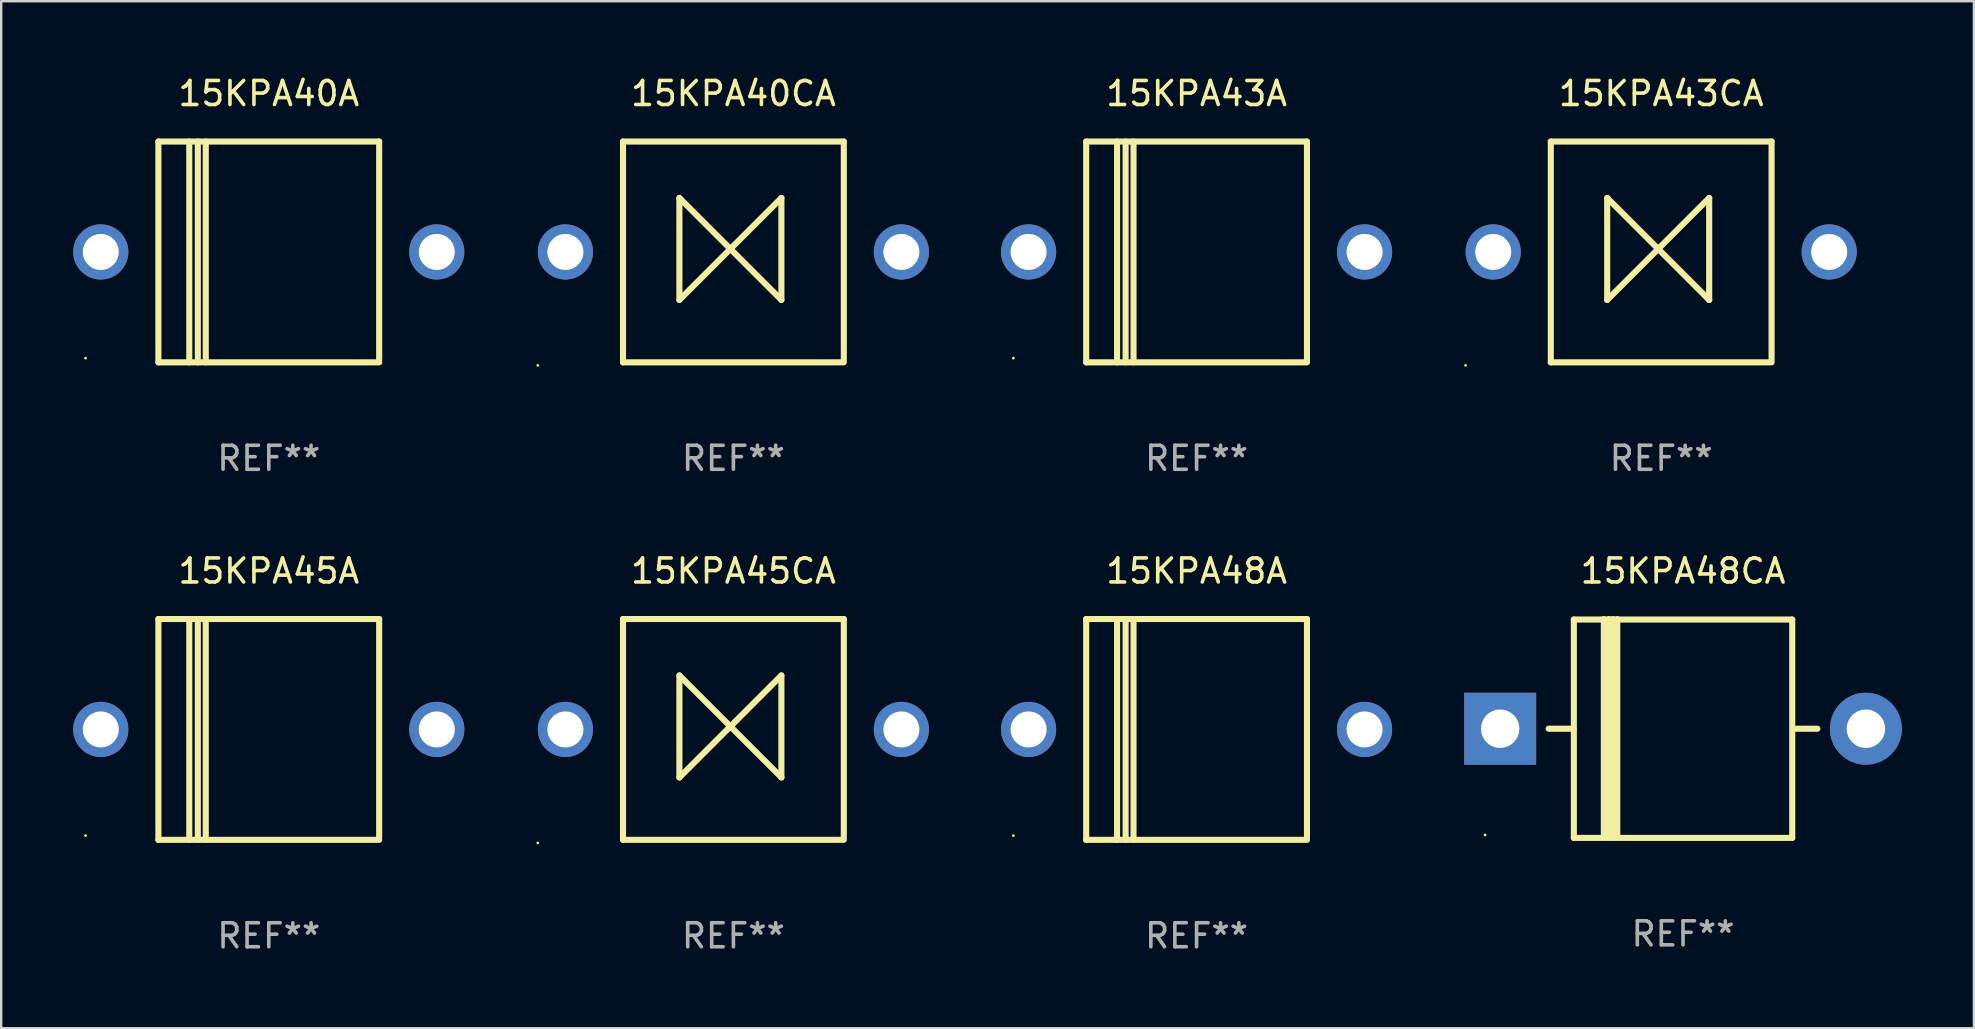
<source format=kicad_pcb>
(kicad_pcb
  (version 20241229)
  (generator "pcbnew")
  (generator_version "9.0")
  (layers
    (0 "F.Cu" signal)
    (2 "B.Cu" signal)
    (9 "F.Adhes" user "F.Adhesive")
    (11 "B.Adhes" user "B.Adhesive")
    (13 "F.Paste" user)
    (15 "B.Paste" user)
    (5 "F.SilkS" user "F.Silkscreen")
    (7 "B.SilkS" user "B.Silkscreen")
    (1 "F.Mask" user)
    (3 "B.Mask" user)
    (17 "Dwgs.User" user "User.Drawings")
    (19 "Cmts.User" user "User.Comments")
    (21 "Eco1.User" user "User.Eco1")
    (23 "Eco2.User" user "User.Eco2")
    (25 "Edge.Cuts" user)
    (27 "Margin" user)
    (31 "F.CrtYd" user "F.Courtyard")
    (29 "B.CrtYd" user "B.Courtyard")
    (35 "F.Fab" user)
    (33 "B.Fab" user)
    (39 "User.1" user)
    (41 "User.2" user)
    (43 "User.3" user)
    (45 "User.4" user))
  (footprint "15KPA48CA"
    (layer "F.Cu")
    (at 67.08 27.305)
    (property "Reference" "15KPA48CA" (at 0 -6.56 0) (layer "F.SilkS") (effects (font (size 1 1) (thickness 0.15))))
    (attr through_hole)
    (fp_line (start -5.6 0.01) (end -4.55 0.01) (stroke (width 0.254) (type solid)) (layer "F.SilkS"))
    (fp_line (start -4.55 -4.54) (end -4.55 4.56) (stroke (width 0.254) (type solid)) (layer "F.SilkS"))
    (fp_line (start -4.55 -4.54) (end 4.55 -4.54) (stroke (width 0.254) (type solid)) (layer "F.SilkS"))
    (fp_line (start -3.3 4.54) (end -3.3 -4.56) (stroke (width 0.254) (type solid)) (layer "F.SilkS"))
    (fp_line (start -3.09 4.54) (end -3.09 -4.56) (stroke (width 0.254) (type solid)) (layer "F.SilkS"))
    (fp_line (start -2.919 4.541) (end -2.919 -4.559) (stroke (width 0.254) (type solid)) (layer "F.SilkS"))
    (fp_line (start -2.74 4.54) (end -2.74 -4.56) (stroke (width 0.254) (type solid)) (layer "F.SilkS"))
    (fp_line (start 4.55 4.56) (end 4.55 -4.54) (stroke (width 0.254) (type solid)) (layer "F.SilkS"))
    (fp_line (start 4.55 4.56) (end -4.55 4.56) (stroke (width 0.254) (type solid)) (layer "F.SilkS"))
    (fp_line (start 4.58 0.01) (end 5.6 0.01) (stroke (width 0.254) (type solid)) (layer "F.SilkS"))
    (fp_circle (center -8.248 4.435) (end -8.218 4.435) (stroke (width 0.06) (type solid)) (fill no) (layer "F.SilkS"))
    (fp_text user "REF**" (at 0 8.56 0) (layer "F.Fab") (effects (font (size 1 1) (thickness 0.15))))
    (pad "1" thru_hole rect (at -7.62 0.01 180) (size 3 3) (drill 1.6) (layers "*.Cu" "*.Mask"))
    (pad "2" thru_hole circle (at 7.62 0.01) (size 3 3) (drill 1.6) (layers "*.Cu" "*.Mask")))
  (footprint "15KPA43CA"
    (layer "F.Cu")
    (at 66.17 7.448)
    (property "Reference" "15KPA43CA" (at 0 -6.6 0) (layer "F.SilkS") (effects (font (size 1 1) (thickness 0.15))))
    (attr through_hole)
    (fp_line (start -4.6 -4.6) (end -4.6 4.6) (stroke (width 0.254) (type solid)) (layer "F.SilkS"))
    (fp_line (start -4.6 -4.6) (end 4.6 -4.6) (stroke (width 0.254) (type solid)) (layer "F.SilkS"))
    (fp_line (start -4.6 4.6) (end 4.6 4.6) (stroke (width 0.254) (type solid)) (layer "F.SilkS"))
    (fp_line (start -2.25 -2.25) (end -2.25 2) (stroke (width 0.254) (type solid)) (layer "F.SilkS"))
    (fp_line (start -2.25 2) (end 2 -2.25) (stroke (width 0.254) (type solid)) (layer "F.SilkS"))
    (fp_line (start 2 -2.25) (end 2 2) (stroke (width 0.254) (type solid)) (layer "F.SilkS"))
    (fp_line (start 2 2) (end -2.25 -2.25) (stroke (width 0.254) (type solid)) (layer "F.SilkS"))
    (fp_line (start 4.6 -4.6) (end 4.6 4.5) (stroke (width 0.254) (type solid)) (layer "F.SilkS"))
    (fp_circle (center -8.15 4.727) (end -8.12 4.727) (stroke (width 0.06) (type solid)) (fill no) (layer "F.SilkS"))
    (fp_text user "REF**" (at 0 8.6 0) (layer "F.Fab") (effects (font (size 1 1) (thickness 0.15))))
    (pad "1" thru_hole circle (at -7 0) (size 2.3 2.3) (drill 1.5) (layers "*.Cu" "*.Mask"))
    (pad "2" thru_hole circle (at 7 0) (size 2.3 2.3) (drill 1.5) (layers "*.Cu" "*.Mask")))
  (footprint "15KPA40A"
    (layer "F.Cu")
    (at 8.15 7.448)
    (property "Reference" "15KPA40A" (at 0 -6.6 0) (layer "F.SilkS") (effects (font (size 1 1) (thickness 0.15))))
    (attr through_hole)
    (fp_line (start -4.6 -4.6) (end -4.6 4.6) (stroke (width 0.254) (type solid)) (layer "F.SilkS"))
    (fp_line (start -4.6 -4.6) (end 4.6 -4.6) (stroke (width 0.254) (type solid)) (layer "F.SilkS"))
    (fp_line (start -4.6 4.6) (end 4.6 4.6) (stroke (width 0.254) (type solid)) (layer "F.SilkS"))
    (fp_line (start -3.313 -4.6) (end -3.313 4.6) (stroke (width 0.254) (type solid)) (layer "F.SilkS"))
    (fp_line (start -2.957 -4.6) (end -2.957 4.6) (stroke (width 0.254) (type solid)) (layer "F.SilkS"))
    (fp_line (start -2.627 -4.6) (end -2.627 4.6) (stroke (width 0.254) (type solid)) (layer "F.SilkS"))
    (fp_line (start 4.6 -4.6) (end 4.6 4.5) (stroke (width 0.254) (type solid)) (layer "F.SilkS"))
    (fp_circle (center -7.635 4.425) (end -7.605 4.425) (stroke (width 0.06) (type solid)) (fill no) (layer "F.SilkS"))
    (fp_text user "REF**" (at 0 8.6 0) (layer "F.Fab") (effects (font (size 1 1) (thickness 0.15))))
    (pad "1" thru_hole circle (at -7 0) (size 2.3 2.3) (drill 1.5) (layers "*.Cu" "*.Mask"))
    (pad "2" thru_hole circle (at 7 0) (size 2.3 2.3) (drill 1.5) (layers "*.Cu" "*.Mask")))
  (footprint "15KPA45CA"
    (layer "F.Cu")
    (at 27.51 27.345)
    (property "Reference" "15KPA45CA" (at 0 -6.6 0) (layer "F.SilkS") (effects (font (size 1 1) (thickness 0.15))))
    (attr through_hole)
    (fp_line (start -4.6 -4.6) (end -4.6 4.6) (stroke (width 0.254) (type solid)) (layer "F.SilkS"))
    (fp_line (start -4.6 -4.6) (end 4.6 -4.6) (stroke (width 0.254) (type solid)) (layer "F.SilkS"))
    (fp_line (start -4.6 4.6) (end 4.6 4.6) (stroke (width 0.254) (type solid)) (layer "F.SilkS"))
    (fp_line (start -2.25 -2.25) (end -2.25 2) (stroke (width 0.254) (type solid)) (layer "F.SilkS"))
    (fp_line (start -2.25 2) (end 2 -2.25) (stroke (width 0.254) (type solid)) (layer "F.SilkS"))
    (fp_line (start 2 -2.25) (end 2 2) (stroke (width 0.254) (type solid)) (layer "F.SilkS"))
    (fp_line (start 2 2) (end -2.25 -2.25) (stroke (width 0.254) (type solid)) (layer "F.SilkS"))
    (fp_line (start 4.6 -4.6) (end 4.6 4.5) (stroke (width 0.254) (type solid)) (layer "F.SilkS"))
    (fp_circle (center -8.15 4.727) (end -8.12 4.727) (stroke (width 0.06) (type solid)) (fill no) (layer "F.SilkS"))
    (fp_text user "REF**" (at 0 8.6 0) (layer "F.Fab") (effects (font (size 1 1) (thickness 0.15))))
    (pad "1" thru_hole circle (at -7 0) (size 2.3 2.3) (drill 1.5) (layers "*.Cu" "*.Mask"))
    (pad "2" thru_hole circle (at 7 0) (size 2.3 2.3) (drill 1.5) (layers "*.Cu" "*.Mask")))
  (footprint "15KPA48A"
    (layer "F.Cu")
    (at 46.81 27.345)
    (property "Reference" "15KPA48A" (at 0 -6.6 0) (layer "F.SilkS") (effects (font (size 1 1) (thickness 0.15))))
    (attr through_hole)
    (fp_line (start -4.6 -4.6) (end -4.6 4.6) (stroke (width 0.254) (type solid)) (layer "F.SilkS"))
    (fp_line (start -4.6 -4.6) (end 4.6 -4.6) (stroke (width 0.254) (type solid)) (layer "F.SilkS"))
    (fp_line (start -4.6 4.6) (end 4.6 4.6) (stroke (width 0.254) (type solid)) (layer "F.SilkS"))
    (fp_line (start -3.313 -4.6) (end -3.313 4.6) (stroke (width 0.254) (type solid)) (layer "F.SilkS"))
    (fp_line (start -2.957 -4.6) (end -2.957 4.6) (stroke (width 0.254) (type solid)) (layer "F.SilkS"))
    (fp_line (start -2.627 -4.6) (end -2.627 4.6) (stroke (width 0.254) (type solid)) (layer "F.SilkS"))
    (fp_line (start 4.6 -4.6) (end 4.6 4.5) (stroke (width 0.254) (type solid)) (layer "F.SilkS"))
    (fp_circle (center -7.635 4.425) (end -7.605 4.425) (stroke (width 0.06) (type solid)) (fill no) (layer "F.SilkS"))
    (fp_text user "REF**" (at 0 8.6 0) (layer "F.Fab") (effects (font (size 1 1) (thickness 0.15))))
    (pad "1" thru_hole circle (at -7 0) (size 2.3 2.3) (drill 1.5) (layers "*.Cu" "*.Mask"))
    (pad "2" thru_hole circle (at 7 0) (size 2.3 2.3) (drill 1.5) (layers "*.Cu" "*.Mask")))
  (footprint "15KPA40CA"
    (layer "F.Cu")
    (at 27.51 7.448)
    (property "Reference" "15KPA40CA" (at 0 -6.6 0) (layer "F.SilkS") (effects (font (size 1 1) (thickness 0.15))))
    (attr through_hole)
    (fp_line (start -4.6 -4.6) (end -4.6 4.6) (stroke (width 0.254) (type solid)) (layer "F.SilkS"))
    (fp_line (start -4.6 -4.6) (end 4.6 -4.6) (stroke (width 0.254) (type solid)) (layer "F.SilkS"))
    (fp_line (start -4.6 4.6) (end 4.6 4.6) (stroke (width 0.254) (type solid)) (layer "F.SilkS"))
    (fp_line (start -2.25 -2.25) (end -2.25 2) (stroke (width 0.254) (type solid)) (layer "F.SilkS"))
    (fp_line (start -2.25 2) (end 2 -2.25) (stroke (width 0.254) (type solid)) (layer "F.SilkS"))
    (fp_line (start 2 -2.25) (end 2 2) (stroke (width 0.254) (type solid)) (layer "F.SilkS"))
    (fp_line (start 2 2) (end -2.25 -2.25) (stroke (width 0.254) (type solid)) (layer "F.SilkS"))
    (fp_line (start 4.6 -4.6) (end 4.6 4.5) (stroke (width 0.254) (type solid)) (layer "F.SilkS"))
    (fp_circle (center -8.15 4.727) (end -8.12 4.727) (stroke (width 0.06) (type solid)) (fill no) (layer "F.SilkS"))
    (fp_text user "REF**" (at 0 8.6 0) (layer "F.Fab") (effects (font (size 1 1) (thickness 0.15))))
    (pad "1" thru_hole circle (at -7 0) (size 2.3 2.3) (drill 1.5) (layers "*.Cu" "*.Mask"))
    (pad "2" thru_hole circle (at 7 0) (size 2.3 2.3) (drill 1.5) (layers "*.Cu" "*.Mask")))
  (footprint "15KPA43A"
    (layer "F.Cu")
    (at 46.81 7.448)
    (property "Reference" "15KPA43A" (at 0 -6.6 0) (layer "F.SilkS") (effects (font (size 1 1) (thickness 0.15))))
    (attr through_hole)
    (fp_line (start -4.6 -4.6) (end -4.6 4.6) (stroke (width 0.254) (type solid)) (layer "F.SilkS"))
    (fp_line (start -4.6 -4.6) (end 4.6 -4.6) (stroke (width 0.254) (type solid)) (layer "F.SilkS"))
    (fp_line (start -4.6 4.6) (end 4.6 4.6) (stroke (width 0.254) (type solid)) (layer "F.SilkS"))
    (fp_line (start -3.313 -4.6) (end -3.313 4.6) (stroke (width 0.254) (type solid)) (layer "F.SilkS"))
    (fp_line (start -2.957 -4.6) (end -2.957 4.6) (stroke (width 0.254) (type solid)) (layer "F.SilkS"))
    (fp_line (start -2.627 -4.6) (end -2.627 4.6) (stroke (width 0.254) (type solid)) (layer "F.SilkS"))
    (fp_line (start 4.6 -4.6) (end 4.6 4.5) (stroke (width 0.254) (type solid)) (layer "F.SilkS"))
    (fp_circle (center -7.635 4.425) (end -7.605 4.425) (stroke (width 0.06) (type solid)) (fill no) (layer "F.SilkS"))
    (fp_text user "REF**" (at 0 8.6 0) (layer "F.Fab") (effects (font (size 1 1) (thickness 0.15))))
    (pad "1" thru_hole circle (at -7 0) (size 2.3 2.3) (drill 1.5) (layers "*.Cu" "*.Mask"))
    (pad "2" thru_hole circle (at 7 0) (size 2.3 2.3) (drill 1.5) (layers "*.Cu" "*.Mask")))
  (footprint "15KPA45A"
    (layer "F.Cu")
    (at 8.15 27.345)
    (property "Reference" "15KPA45A" (at 0 -6.6 0) (layer "F.SilkS") (effects (font (size 1 1) (thickness 0.15))))
    (attr through_hole)
    (fp_line (start -4.6 -4.6) (end -4.6 4.6) (stroke (width 0.254) (type solid)) (layer "F.SilkS"))
    (fp_line (start -4.6 -4.6) (end 4.6 -4.6) (stroke (width 0.254) (type solid)) (layer "F.SilkS"))
    (fp_line (start -4.6 4.6) (end 4.6 4.6) (stroke (width 0.254) (type solid)) (layer "F.SilkS"))
    (fp_line (start -3.313 -4.6) (end -3.313 4.6) (stroke (width 0.254) (type solid)) (layer "F.SilkS"))
    (fp_line (start -2.957 -4.6) (end -2.957 4.6) (stroke (width 0.254) (type solid)) (layer "F.SilkS"))
    (fp_line (start -2.627 -4.6) (end -2.627 4.6) (stroke (width 0.254) (type solid)) (layer "F.SilkS"))
    (fp_line (start 4.6 -4.6) (end 4.6 4.5) (stroke (width 0.254) (type solid)) (layer "F.SilkS"))
    (fp_circle (center -7.635 4.425) (end -7.605 4.425) (stroke (width 0.06) (type solid)) (fill no) (layer "F.SilkS"))
    (fp_text user "REF**" (at 0 8.6 0) (layer "F.Fab") (effects (font (size 1 1) (thickness 0.15))))
    (pad "1" thru_hole circle (at -7 0) (size 2.3 2.3) (drill 1.5) (layers "*.Cu" "*.Mask"))
    (pad "2" thru_hole circle (at 7 0) (size 2.3 2.3) (drill 1.5) (layers "*.Cu" "*.Mask")))
  (gr_rect
    (start -3 -3)
    (end 79.2 39.793)
    (stroke (width 0.1) (type default))
    (fill no)
    (layer "Edge.Cuts")))
</source>
